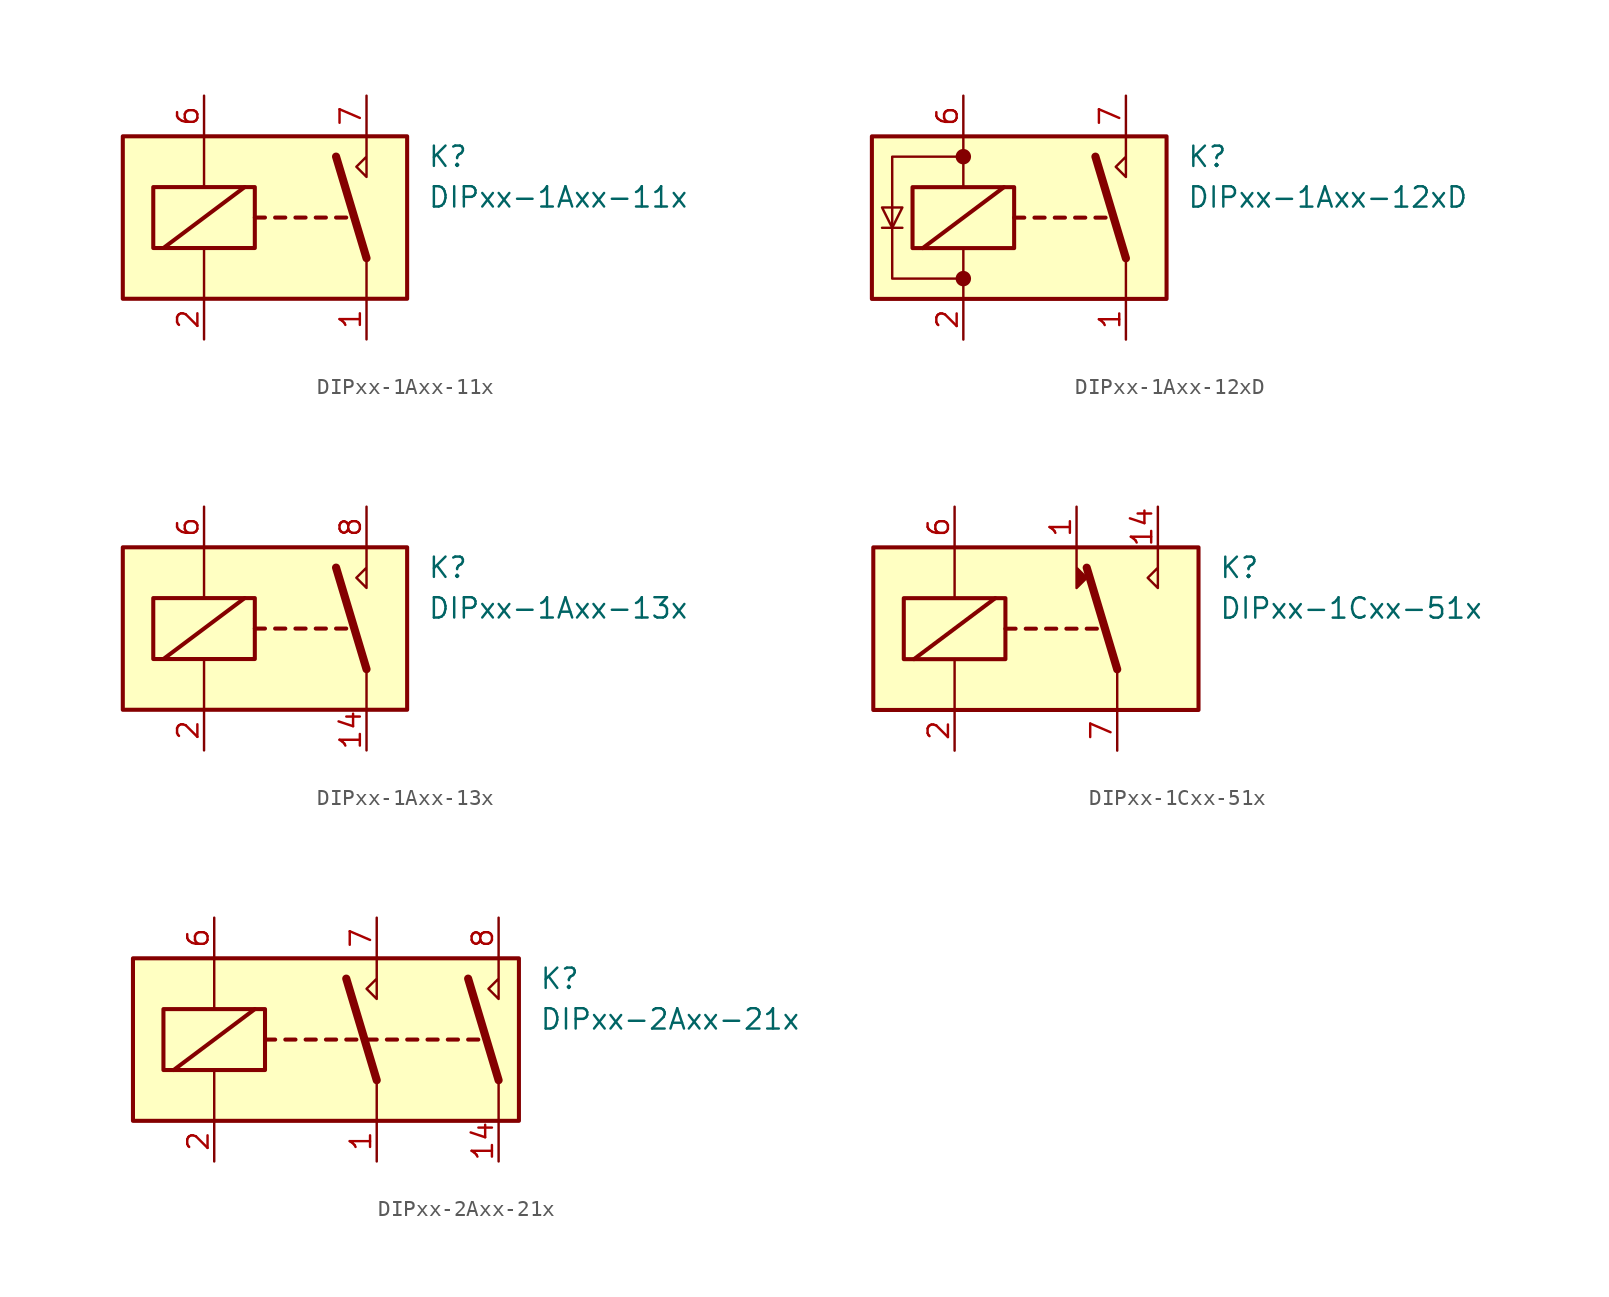
<source format=kicad_sym>
(kicad_symbol_lib
  (version 20200908)
  (generator kicad_symbol_editor)
  (symbol "Relay:DIPxx-1Axx-11x"
    (property "Reference" "K"
      (at 8.89 3.81 0)
      (effects (font (size 1.27 1.27)) (justify left)))
    (property "Value" "DIPxx-1Axx-11x"
      (at 8.89 1.27 0)
      (effects (font (size 1.27 1.27)) (justify left)))
    (symbol "DIPxx-1Axx-11x_0_1"
      (rectangle (start -10.16 5.08) (end 7.62 -5.08) (stroke (width 0.254)) (fill (type background)))
      (rectangle (start -8.255 1.905) (end -1.905 -1.905) (stroke (width 0.254)) (fill (type none)))
      (polyline (pts (xy -7.62 -1.905) (xy -2.54 1.905)) (stroke (width 0.254)) (fill (type none)))
      (polyline (pts (xy -5.08 -5.08) (xy -5.08 -1.905)) (stroke (width 0)) (fill (type none)))
      (polyline (pts (xy -5.08 5.08) (xy -5.08 1.905)) (stroke (width 0)) (fill (type none)))
      (polyline (pts (xy -1.905 0) (xy -1.27 0)) (stroke (width 0.254)) (fill (type none)))
      (polyline (pts (xy -0.635 0) (xy 0 0)) (stroke (width 0.254)) (fill (type none)))
      (polyline (pts (xy 0.635 0) (xy 1.27 0)) (stroke (width 0.254)) (fill (type none)))
      (polyline (pts (xy 1.905 0) (xy 2.54 0)) (stroke (width 0.254)) (fill (type none)))
      (polyline (pts (xy 3.175 0) (xy 3.81 0)) (stroke (width 0.254)) (fill (type none)))
      (polyline (pts (xy 5.08 -2.54) (xy 3.175 3.81)) (stroke (width 0.508)) (fill (type none)))
      (polyline (pts (xy 5.08 -2.54) (xy 5.08 -5.08)) (stroke (width 0)) (fill (type none))))
    (symbol "DIPxx-1Axx-11x_0_0"
      (polyline (pts (xy 5.08 5.08) (xy 5.08 2.54) (xy 4.445 3.175) (xy 5.08 3.81)) (stroke (width 0)) (fill (type none))))
    (symbol "DIPxx-1Axx-11x_1_1"
      (pin passive line (at 5.08 -7.62 90) (length 2.54) (name "~" (effects (font (size 1.27 1.27)))) (number "1" (effects (font (size 1.27 1.27)))))
      (pin passive line (at 5.08 -7.62 90) (length 2.54) hide (name "~" (effects (font (size 1.27 1.27)))) (number "14" (effects (font (size 1.27 1.27)))))
      (pin passive line (at -5.08 -7.62 90) (length 2.54) (name "~" (effects (font (size 1.27 1.27)))) (number "2" (effects (font (size 1.27 1.27)))))
      (pin passive line (at -5.08 7.62 270) (length 2.54) (name "~" (effects (font (size 1.27 1.27)))) (number "6" (effects (font (size 1.27 1.27)))))
      (pin passive line (at 5.08 7.62 270) (length 2.54) (name "~" (effects (font (size 1.27 1.27)))) (number "7" (effects (font (size 1.27 1.27)))))
      (pin passive line (at 5.08 7.62 270) (length 2.54) hide (name "~" (effects (font (size 1.27 1.27)))) (number "8" (effects (font (size 1.27 1.27)))))))
  (symbol "Relay:DIPxx-1Axx-12xD"
    (property "Reference" "K"
      (at 8.89 3.81 0)
      (effects (font (size 1.27 1.27)) (justify left)))
    (property "Value" "DIPxx-1Axx-12xD"
      (at 8.89 1.27 0)
      (effects (font (size 1.27 1.27)) (justify left)))
    (symbol "DIPxx-1Axx-12xD_0_1"
      (circle (center -5.08 -3.81) (radius 0.406) (stroke (width 0)) (fill (type outline)))
      (circle (center -5.08 3.81) (radius 0.406) (stroke (width 0)) (fill (type outline)))
      (rectangle (start -10.795 5.08) (end 7.62 -5.08) (stroke (width 0.254)) (fill (type background)))
      (rectangle (start -8.255 1.905) (end -1.905 -1.905) (stroke (width 0.254)) (fill (type none)))
      (polyline (pts (xy -10.16 -0.635) (xy -8.89 -0.635)) (stroke (width 0)) (fill (type none)))
      (polyline (pts (xy -7.62 -1.905) (xy -2.54 1.905)) (stroke (width 0.254)) (fill (type none)))
      (polyline (pts (xy -5.08 -5.08) (xy -5.08 -1.905)) (stroke (width 0)) (fill (type none)))
      (polyline (pts (xy -5.08 5.08) (xy -5.08 1.905)) (stroke (width 0)) (fill (type none)))
      (polyline (pts (xy -1.905 0) (xy -1.27 0)) (stroke (width 0.254)) (fill (type none)))
      (polyline (pts (xy -0.635 0) (xy 0 0)) (stroke (width 0.254)) (fill (type none)))
      (polyline (pts (xy 0.635 0) (xy 1.27 0)) (stroke (width 0.254)) (fill (type none)))
      (polyline (pts (xy 1.905 0) (xy 2.54 0)) (stroke (width 0.254)) (fill (type none)))
      (polyline (pts (xy 3.175 0) (xy 3.81 0)) (stroke (width 0.254)) (fill (type none)))
      (polyline (pts (xy 5.08 -2.54) (xy 3.175 3.81)) (stroke (width 0.508)) (fill (type none)))
      (polyline (pts (xy 5.08 -2.54) (xy 5.08 -5.08)) (stroke (width 0)) (fill (type none)))
      (polyline (pts (xy -9.525 -0.635) (xy -8.89 0.635) (xy -10.16 0.635) (xy -9.525 -0.635)) (stroke (width 0)) (fill (type none)))
      (polyline (pts (xy -5.08 -3.81) (xy -9.525 -3.81) (xy -9.525 3.81) (xy -5.08 3.81)) (stroke (width 0)) (fill (type none))))
    (symbol "DIPxx-1Axx-12xD_0_0"
      (polyline (pts (xy 5.08 5.08) (xy 5.08 2.54) (xy 4.445 3.175) (xy 5.08 3.81)) (stroke (width 0)) (fill (type none))))
    (symbol "DIPxx-1Axx-12xD_1_1"
      (pin passive line (at 5.08 -7.62 90) (length 2.54) (name "~" (effects (font (size 1.27 1.27)))) (number "1" (effects (font (size 1.27 1.27)))))
      (pin passive line (at -5.08 -7.62 90) (length 2.54) hide (name "~" (effects (font (size 1.27 1.27)))) (number "13" (effects (font (size 1.27 1.27)))))
      (pin passive line (at 5.08 -7.62 90) (length 2.54) hide (name "~" (effects (font (size 1.27 1.27)))) (number "14" (effects (font (size 1.27 1.27)))))
      (pin passive line (at -5.08 -7.62 90) (length 2.54) (name "~" (effects (font (size 1.27 1.27)))) (number "2" (effects (font (size 1.27 1.27)))))
      (pin passive line (at -5.08 7.62 270) (length 2.54) (name "~" (effects (font (size 1.27 1.27)))) (number "6" (effects (font (size 1.27 1.27)))))
      (pin passive line (at 5.08 7.62 270) (length 2.54) (name "~" (effects (font (size 1.27 1.27)))) (number "7" (effects (font (size 1.27 1.27)))))
      (pin passive line (at 5.08 7.62 270) (length 2.54) hide (name "~" (effects (font (size 1.27 1.27)))) (number "8" (effects (font (size 1.27 1.27)))))))
  (symbol "Relay:DIPxx-1Axx-13x"
    (property "Reference" "K"
      (at 8.89 3.81 0)
      (effects (font (size 1.27 1.27)) (justify left)))
    (property "Value" "DIPxx-1Axx-13x"
      (at 8.89 1.27 0)
      (effects (font (size 1.27 1.27)) (justify left)))
    (symbol "DIPxx-1Axx-13x_0_1"
      (rectangle (start -10.16 5.08) (end 7.62 -5.08) (stroke (width 0.254)) (fill (type background)))
      (rectangle (start -8.255 1.905) (end -1.905 -1.905) (stroke (width 0.254)) (fill (type none)))
      (polyline (pts (xy -7.62 -1.905) (xy -2.54 1.905)) (stroke (width 0.254)) (fill (type none)))
      (polyline (pts (xy -5.08 -5.08) (xy -5.08 -1.905)) (stroke (width 0)) (fill (type none)))
      (polyline (pts (xy -5.08 5.08) (xy -5.08 1.905)) (stroke (width 0)) (fill (type none)))
      (polyline (pts (xy -1.905 0) (xy -1.27 0)) (stroke (width 0.254)) (fill (type none)))
      (polyline (pts (xy -0.635 0) (xy 0 0)) (stroke (width 0.254)) (fill (type none)))
      (polyline (pts (xy 0.635 0) (xy 1.27 0)) (stroke (width 0.254)) (fill (type none)))
      (polyline (pts (xy 1.905 0) (xy 2.54 0)) (stroke (width 0.254)) (fill (type none)))
      (polyline (pts (xy 3.175 0) (xy 3.81 0)) (stroke (width 0.254)) (fill (type none)))
      (polyline (pts (xy 5.08 -2.54) (xy 3.175 3.81)) (stroke (width 0.508)) (fill (type none)))
      (polyline (pts (xy 5.08 -2.54) (xy 5.08 -5.08)) (stroke (width 0)) (fill (type none))))
    (symbol "DIPxx-1Axx-13x_0_0"
      (polyline (pts (xy 5.08 5.08) (xy 5.08 2.54) (xy 4.445 3.175) (xy 5.08 3.81)) (stroke (width 0)) (fill (type none))))
    (symbol "DIPxx-1Axx-13x_1_1"
      (pin passive line (at 5.08 -7.62 90) (length 2.54) (name "~" (effects (font (size 1.27 1.27)))) (number "14" (effects (font (size 1.27 1.27)))))
      (pin passive line (at -5.08 -7.62 90) (length 2.54) (name "~" (effects (font (size 1.27 1.27)))) (number "2" (effects (font (size 1.27 1.27)))))
      (pin passive line (at -5.08 7.62 270) (length 2.54) (name "~" (effects (font (size 1.27 1.27)))) (number "6" (effects (font (size 1.27 1.27)))))
      (pin passive line (at 5.08 7.62 270) (length 2.54) (name "~" (effects (font (size 1.27 1.27)))) (number "8" (effects (font (size 1.27 1.27)))))))
  (symbol "Relay:DIPxx-1Cxx-51x"
    (property "Reference" "K"
      (at 11.43 3.81 0)
      (effects (font (size 1.27 1.27)) (justify left)))
    (property "Value" "DIPxx-1Cxx-51x"
      (at 11.43 1.27 0)
      (effects (font (size 1.27 1.27)) (justify left)))
    (symbol "DIPxx-1Cxx-51x_0_1"
      (rectangle (start -10.16 5.08) (end 10.16 -5.08) (stroke (width 0.254)) (fill (type background)))
      (rectangle (start -8.255 1.905) (end -1.905 -1.905) (stroke (width 0.254)) (fill (type none)))
      (polyline (pts (xy -7.62 -1.905) (xy -2.54 1.905)) (stroke (width 0.254)) (fill (type none)))
      (polyline (pts (xy -5.08 -5.08) (xy -5.08 -1.905)) (stroke (width 0)) (fill (type none)))
      (polyline (pts (xy -5.08 5.08) (xy -5.08 1.905)) (stroke (width 0)) (fill (type none)))
      (polyline (pts (xy -1.905 0) (xy -1.27 0)) (stroke (width 0.254)) (fill (type none)))
      (polyline (pts (xy -0.635 0) (xy 0 0)) (stroke (width 0.254)) (fill (type none)))
      (polyline (pts (xy 0.635 0) (xy 1.27 0)) (stroke (width 0.254)) (fill (type none)))
      (polyline (pts (xy 1.905 0) (xy 2.54 0)) (stroke (width 0.254)) (fill (type none)))
      (polyline (pts (xy 3.175 0) (xy 3.81 0)) (stroke (width 0.254)) (fill (type none)))
      (polyline (pts (xy 5.08 -2.54) (xy 3.175 3.81)) (stroke (width 0.508)) (fill (type none)))
      (polyline (pts (xy 5.08 -2.54) (xy 5.08 -5.08)) (stroke (width 0)) (fill (type none))))
    (symbol "DIPxx-1Cxx-51x_0_0"
      (polyline (pts (xy 2.54 5.08) (xy 2.54 2.54) (xy 3.175 3.175) (xy 2.54 3.81)) (stroke (width 0)) (fill (type outline)))
      (polyline (pts (xy 7.62 5.08) (xy 7.62 2.54) (xy 6.985 3.175) (xy 7.62 3.81)) (stroke (width 0)) (fill (type none))))
    (symbol "DIPxx-1Cxx-51x_1_1"
      (pin passive line (at 2.54 7.62 270) (length 2.54) (name "~" (effects (font (size 1.27 1.27)))) (number "1" (effects (font (size 1.27 1.27)))))
      (pin passive line (at 7.62 7.62 270) (length 2.54) (name "~" (effects (font (size 1.27 1.27)))) (number "14" (effects (font (size 1.27 1.27)))))
      (pin passive line (at -5.08 -7.62 90) (length 2.54) (name "~" (effects (font (size 1.27 1.27)))) (number "2" (effects (font (size 1.27 1.27)))))
      (pin passive line (at -5.08 7.62 270) (length 2.54) (name "~" (effects (font (size 1.27 1.27)))) (number "6" (effects (font (size 1.27 1.27)))))
      (pin passive line (at 5.08 -7.62 90) (length 2.54) (name "~" (effects (font (size 1.27 1.27)))) (number "7" (effects (font (size 1.27 1.27)))))
      (pin passive line (at 5.08 -7.62 90) (length 2.54) hide (name "~" (effects (font (size 1.27 1.27)))) (number "8" (effects (font (size 1.27 1.27)))))))
  (symbol "Relay:DIPxx-2Axx-21x"
    (property "Reference" "K"
      (at 12.7 3.81 0)
      (effects (font (size 1.27 1.27)) (justify left)))
    (property "Value" "DIPxx-2Axx-21x"
      (at 12.7 1.27 0)
      (effects (font (size 1.27 1.27)) (justify left)))
    (symbol "DIPxx-2Axx-21x_0_1"
      (rectangle (start -12.7 5.08) (end 11.43 -5.08) (stroke (width 0.254)) (fill (type background)))
      (rectangle (start -10.795 1.905) (end -4.445 -1.905) (stroke (width 0.254)) (fill (type none)))
      (polyline (pts (xy -10.16 -1.905) (xy -5.08 1.905)) (stroke (width 0.254)) (fill (type none)))
      (polyline (pts (xy -7.62 -5.08) (xy -7.62 -1.905)) (stroke (width 0)) (fill (type none)))
      (polyline (pts (xy -7.62 5.08) (xy -7.62 1.905)) (stroke (width 0)) (fill (type none)))
      (polyline (pts (xy -4.445 0) (xy -3.81 0)) (stroke (width 0.254)) (fill (type none)))
      (polyline (pts (xy -3.175 0) (xy -2.54 0)) (stroke (width 0.254)) (fill (type none)))
      (polyline (pts (xy -1.905 0) (xy -1.27 0)) (stroke (width 0.254)) (fill (type none)))
      (polyline (pts (xy -0.635 0) (xy 0 0)) (stroke (width 0.254)) (fill (type none)))
      (polyline (pts (xy 0.635 0) (xy 1.27 0)) (stroke (width 0.254)) (fill (type none)))
      (polyline (pts (xy 1.905 0) (xy 2.54 0)) (stroke (width 0.254)) (fill (type none)))
      (polyline (pts (xy 2.54 -2.54) (xy 0.635 3.81)) (stroke (width 0.508)) (fill (type none)))
      (polyline (pts (xy 2.54 -2.54) (xy 2.54 -5.08)) (stroke (width 0)) (fill (type none)))
      (polyline (pts (xy 3.175 0) (xy 3.81 0)) (stroke (width 0.254)) (fill (type none)))
      (polyline (pts (xy 4.445 0) (xy 5.08 0)) (stroke (width 0.254)) (fill (type none)))
      (polyline (pts (xy 5.715 0) (xy 6.35 0)) (stroke (width 0.254)) (fill (type none)))
      (polyline (pts (xy 6.985 0) (xy 7.62 0)) (stroke (width 0.254)) (fill (type none)))
      (polyline (pts (xy 8.255 0) (xy 8.89 0)) (stroke (width 0.254)) (fill (type none)))
      (polyline (pts (xy 10.16 -2.54) (xy 8.255 3.81)) (stroke (width 0.508)) (fill (type none)))
      (polyline (pts (xy 10.16 -2.54) (xy 10.16 -5.08)) (stroke (width 0)) (fill (type none))))
    (symbol "DIPxx-2Axx-21x_0_0"
      (polyline (pts (xy 2.54 5.08) (xy 2.54 2.54) (xy 1.905 3.175) (xy 2.54 3.81)) (stroke (width 0)) (fill (type none)))
      (polyline (pts (xy 10.16 5.08) (xy 10.16 2.54) (xy 9.525 3.175) (xy 10.16 3.81)) (stroke (width 0)) (fill (type none))))
    (symbol "DIPxx-2Axx-21x_1_1"
      (pin passive line (at 2.54 -7.62 90) (length 2.54) (name "~" (effects (font (size 1.27 1.27)))) (number "1" (effects (font (size 1.27 1.27)))))
      (pin passive line (at 10.16 -7.62 90) (length 2.54) (name "~" (effects (font (size 1.27 1.27)))) (number "14" (effects (font (size 1.27 1.27)))))
      (pin passive line (at -7.62 -7.62 90) (length 2.54) (name "~" (effects (font (size 1.27 1.27)))) (number "2" (effects (font (size 1.27 1.27)))))
      (pin passive line (at -7.62 7.62 270) (length 2.54) (name "~" (effects (font (size 1.27 1.27)))) (number "6" (effects (font (size 1.27 1.27)))))
      (pin passive line (at 2.54 7.62 270) (length 2.54) (name "~" (effects (font (size 1.27 1.27)))) (number "7" (effects (font (size 1.27 1.27)))))
      (pin passive line (at 10.16 7.62 270) (length 2.54) (name "~" (effects (font (size 1.27 1.27)))) (number "8" (effects (font (size 1.27 1.27))))))))
</source>
